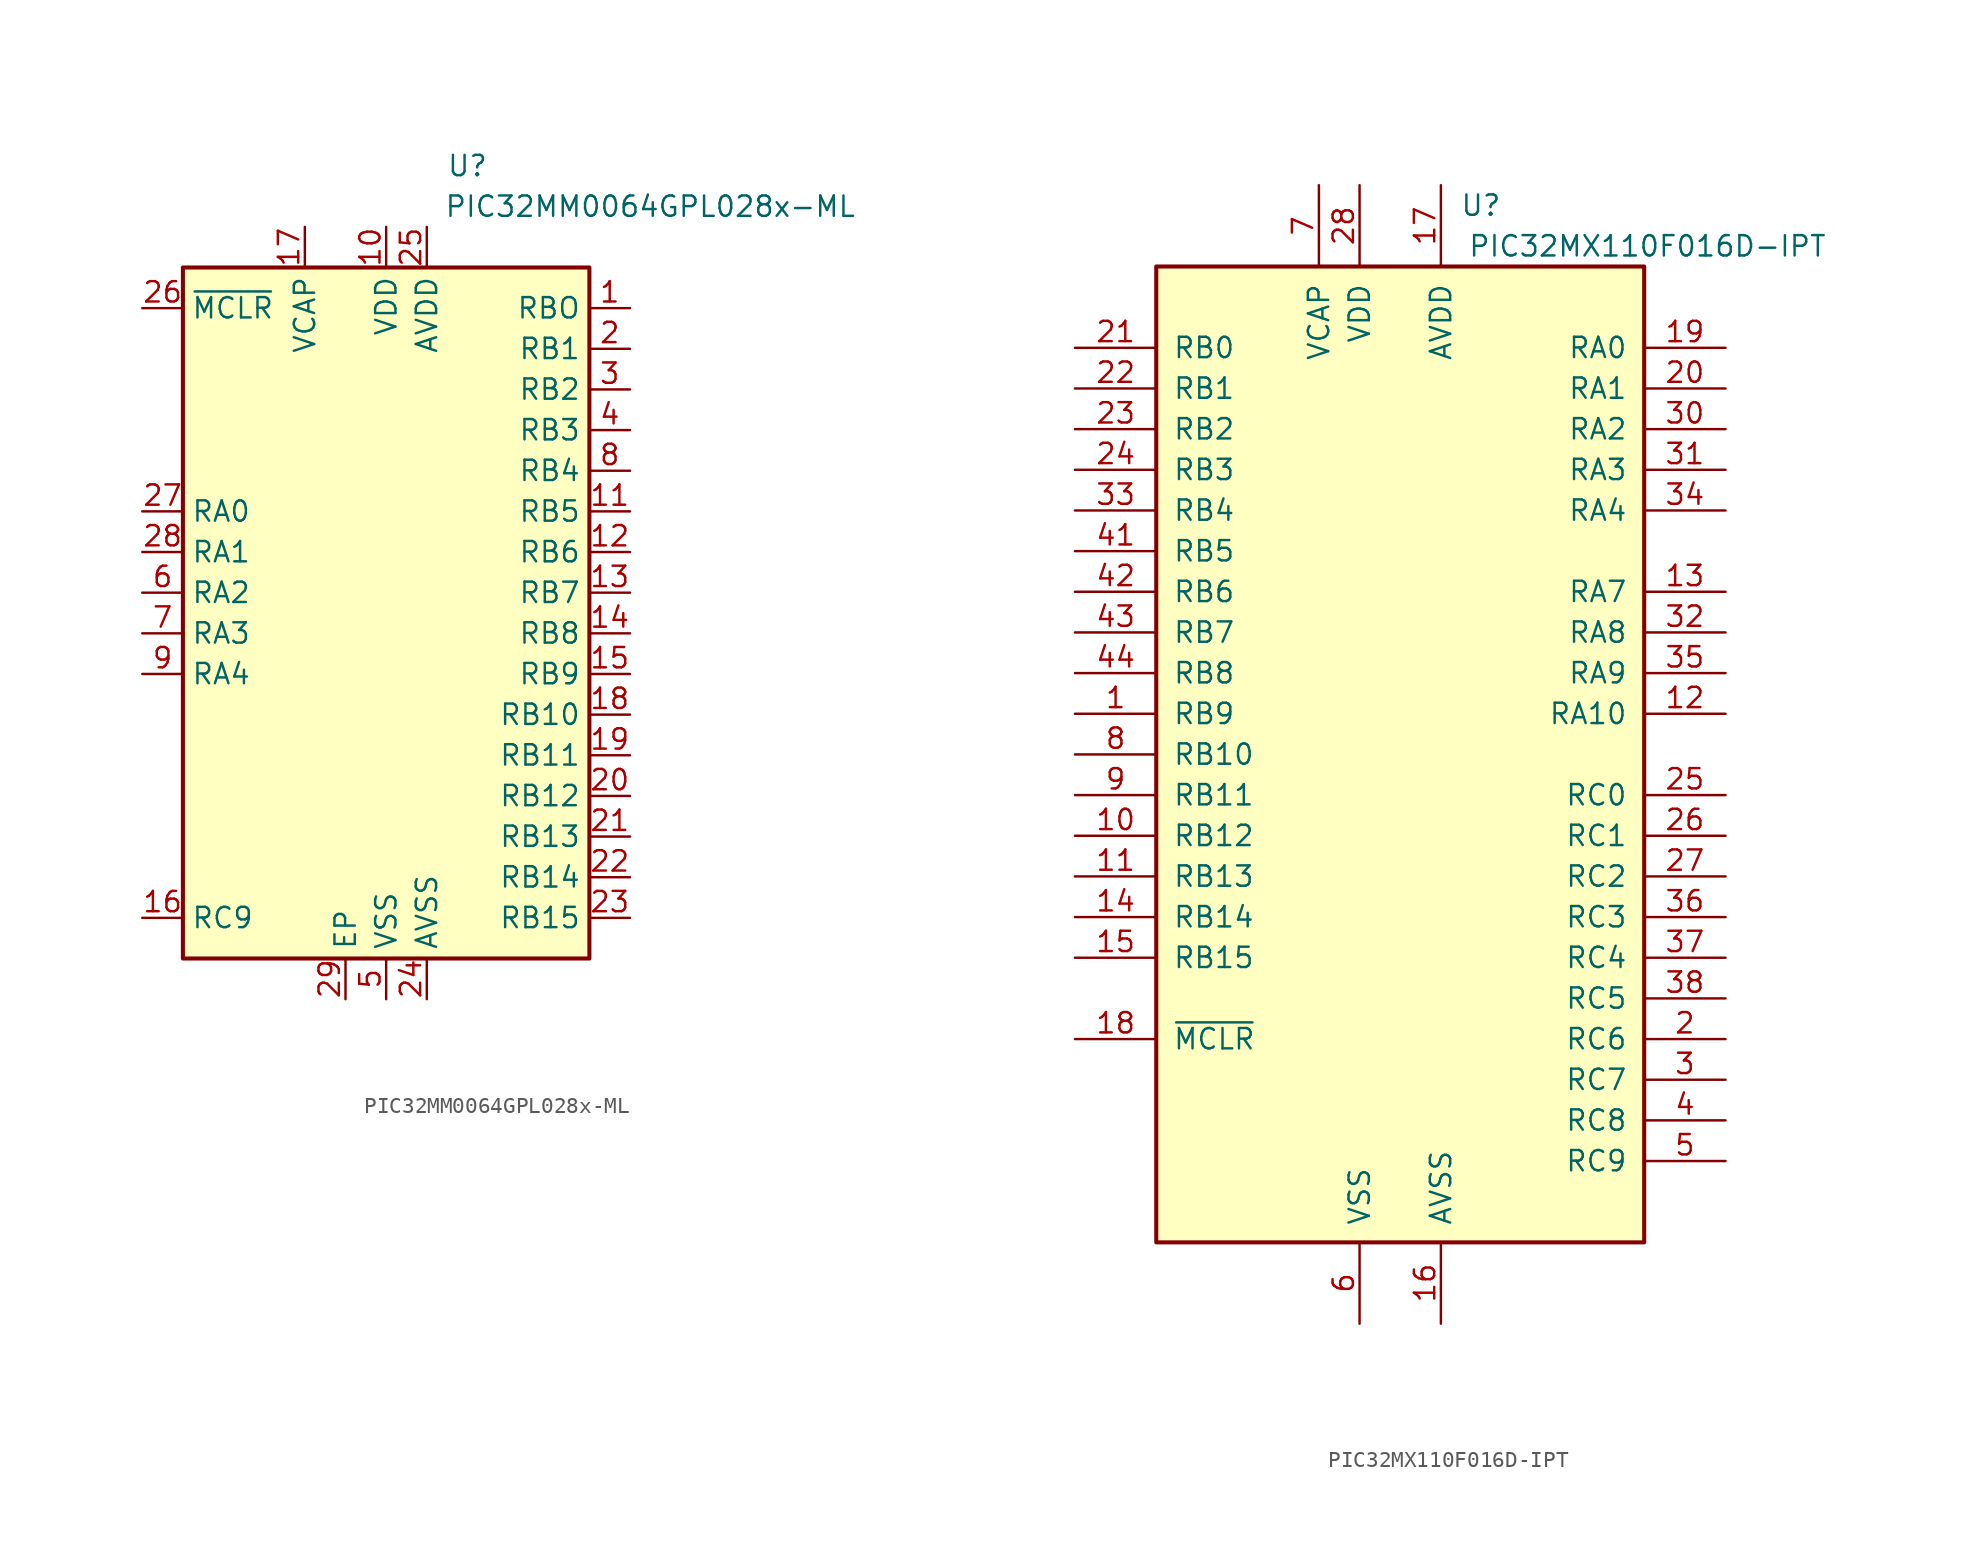
<source format=kicad_sym>
(kicad_symbol_lib
  (version 20241209)
  (generator "kicad_symbol_editor")
  (generator_version "9.0")
  (symbol "PIC32MM0064GPL028x-ML"
    (property "Reference" "U"
      (at 5.08 26.67 0)
      (effects (font (size 1.27 1.27))))
    (property "Value" "PIC32MM0064GPL028x-ML"
      (at 16.51 24.13 0)
      (effects (font (size 1.27 1.27))))
    (symbol "PIC32MM0064GPL028x-ML_0_0"
      (pin input line (at -15.24 17.78 0) (length 2.54) (name "~{MCLR}" (effects (font (size 1.27 1.27)))) (number "26" (effects (font (size 1.27 1.27)))))
      (pin bidirectional line (at -15.24 5.08 0) (length 2.54) (name "RA0" (effects (font (size 1.27 1.27)))) (number "27" (effects (font (size 1.27 1.27)))))
      (pin bidirectional line (at -15.24 2.54 0) (length 2.54) (name "RA1" (effects (font (size 1.27 1.27)))) (number "28" (effects (font (size 1.27 1.27)))))
      (pin bidirectional line (at -15.24 0 0) (length 2.54) (name "RA2" (effects (font (size 1.27 1.27)))) (number "6" (effects (font (size 1.27 1.27)))))
      (pin bidirectional line (at -15.24 -2.54 0) (length 2.54) (name "RA3" (effects (font (size 1.27 1.27)))) (number "7" (effects (font (size 1.27 1.27)))))
      (pin bidirectional line (at -15.24 -5.08 0) (length 2.54) (name "RA4" (effects (font (size 1.27 1.27)))) (number "9" (effects (font (size 1.27 1.27)))))
      (pin bidirectional line (at -15.24 -20.32 0) (length 2.54) (name "RC9" (effects (font (size 1.27 1.27)))) (number "16" (effects (font (size 1.27 1.27)))))
      (pin power_out line (at -5.08 22.86 270) (length 2.54) (name "VCAP" (effects (font (size 1.27 1.27)))) (number "17" (effects (font (size 1.27 1.27)))))
      (pin passive line (at -2.54 -25.4 90) (length 2.54) (name "EP" (effects (font (size 1.27 1.27)))) (number "29" (effects (font (size 1.27 1.27)))))
      (pin power_in line (at 0 22.86 270) (length 2.54) (name "VDD" (effects (font (size 1.27 1.27)))) (number "10" (effects (font (size 1.27 1.27)))))
      (pin power_in line (at 0 -25.4 90) (length 2.54) (name "VSS" (effects (font (size 1.27 1.27)))) (number "5" (effects (font (size 1.27 1.27)))))
      (pin power_in line (at 2.54 22.86 270) (length 2.54) (name "AVDD" (effects (font (size 1.27 1.27)))) (number "25" (effects (font (size 1.27 1.27)))))
      (pin power_in line (at 2.54 -25.4 90) (length 2.54) (name "AVSS" (effects (font (size 1.27 1.27)))) (number "24" (effects (font (size 1.27 1.27)))))
      (pin bidirectional line (at 15.24 17.78 180) (length 2.54) (name "RBO" (effects (font (size 1.27 1.27)))) (number "1" (effects (font (size 1.27 1.27)))))
      (pin bidirectional line (at 15.24 15.24 180) (length 2.54) (name "RB1" (effects (font (size 1.27 1.27)))) (number "2" (effects (font (size 1.27 1.27)))))
      (pin bidirectional line (at 15.24 12.7 180) (length 2.54) (name "RB2" (effects (font (size 1.27 1.27)))) (number "3" (effects (font (size 1.27 1.27)))))
      (pin bidirectional line (at 15.24 10.16 180) (length 2.54) (name "RB3" (effects (font (size 1.27 1.27)))) (number "4" (effects (font (size 1.27 1.27)))))
      (pin bidirectional line (at 15.24 7.62 180) (length 2.54) (name "RB4" (effects (font (size 1.27 1.27)))) (number "8" (effects (font (size 1.27 1.27)))))
      (pin bidirectional line (at 15.24 5.08 180) (length 2.54) (name "RB5" (effects (font (size 1.27 1.27)))) (number "11" (effects (font (size 1.27 1.27)))))
      (pin bidirectional line (at 15.24 2.54 180) (length 2.54) (name "RB6" (effects (font (size 1.27 1.27)))) (number "12" (effects (font (size 1.27 1.27)))))
      (pin bidirectional line (at 15.24 0 180) (length 2.54) (name "RB7" (effects (font (size 1.27 1.27)))) (number "13" (effects (font (size 1.27 1.27)))))
      (pin bidirectional line (at 15.24 -2.54 180) (length 2.54) (name "RB8" (effects (font (size 1.27 1.27)))) (number "14" (effects (font (size 1.27 1.27)))))
      (pin bidirectional line (at 15.24 -5.08 180) (length 2.54) (name "RB9" (effects (font (size 1.27 1.27)))) (number "15" (effects (font (size 1.27 1.27)))))
      (pin bidirectional line (at 15.24 -7.62 180) (length 2.54) (name "RB10" (effects (font (size 1.27 1.27)))) (number "18" (effects (font (size 1.27 1.27)))))
      (pin bidirectional line (at 15.24 -10.16 180) (length 2.54) (name "RB11" (effects (font (size 1.27 1.27)))) (number "19" (effects (font (size 1.27 1.27)))))
      (pin bidirectional line (at 15.24 -12.7 180) (length 2.54) (name "RB12" (effects (font (size 1.27 1.27)))) (number "20" (effects (font (size 1.27 1.27)))))
      (pin bidirectional line (at 15.24 -15.24 180) (length 2.54) (name "RB13" (effects (font (size 1.27 1.27)))) (number "21" (effects (font (size 1.27 1.27)))))
      (pin bidirectional line (at 15.24 -17.78 180) (length 2.54) (name "RB14" (effects (font (size 1.27 1.27)))) (number "22" (effects (font (size 1.27 1.27)))))
      (pin bidirectional line (at 15.24 -20.32 180) (length 2.54) (name "RB15" (effects (font (size 1.27 1.27)))) (number "23" (effects (font (size 1.27 1.27))))))
    (symbol "PIC32MM0064GPL028x-ML_0_1"
      (rectangle (start -12.7 20.32) (end 12.7 -22.86) (stroke (width 0.254) (type default)) (fill (type background)))))
  (symbol "PIC32MX110F016D-IPT"
    (pin_names
      (offset 1.016))
    (property "Reference" "U"
      (at 6.35 34.29 0)
      (effects (font (size 1.27 1.27)) (justify right)))
    (property "Value" "PIC32MX110F016D-IPT"
      (at 26.67 31.75 0)
      (effects (font (size 1.27 1.27)) (justify right)))
    (symbol "PIC32MX110F016D-IPT_0_1"
      (rectangle (start -15.24 30.48) (end 15.24 -30.48) (stroke (width 0.254) (type default)) (fill (type background))))
    (symbol "PIC32MX110F016D-IPT_1_1"
      (pin input line (at -20.32 25.4 0) (length 5.08) (name "RB0" (effects (font (size 1.27 1.27)))) (number "21" (effects (font (size 1.27 1.27)))))
      (pin input line (at -20.32 22.86 0) (length 5.08) (name "RB1" (effects (font (size 1.27 1.27)))) (number "22" (effects (font (size 1.27 1.27)))))
      (pin input line (at -20.32 20.32 0) (length 5.08) (name "RB2" (effects (font (size 1.27 1.27)))) (number "23" (effects (font (size 1.27 1.27)))))
      (pin input line (at -20.32 17.78 0) (length 5.08) (name "RB3" (effects (font (size 1.27 1.27)))) (number "24" (effects (font (size 1.27 1.27)))))
      (pin input line (at -20.32 15.24 0) (length 5.08) (name "RB4" (effects (font (size 1.27 1.27)))) (number "33" (effects (font (size 1.27 1.27)))))
      (pin input line (at -20.32 12.7 0) (length 5.08) (name "RB5" (effects (font (size 1.27 1.27)))) (number "41" (effects (font (size 1.27 1.27)))))
      (pin input line (at -20.32 10.16 0) (length 5.08) (name "RB6" (effects (font (size 1.27 1.27)))) (number "42" (effects (font (size 1.27 1.27)))))
      (pin input line (at -20.32 7.62 0) (length 5.08) (name "RB7" (effects (font (size 1.27 1.27)))) (number "43" (effects (font (size 1.27 1.27)))))
      (pin input line (at -20.32 5.08 0) (length 5.08) (name "RB8" (effects (font (size 1.27 1.27)))) (number "44" (effects (font (size 1.27 1.27)))))
      (pin bidirectional line (at -20.32 2.54 0) (length 5.08) (name "RB9" (effects (font (size 1.27 1.27)))) (number "1" (effects (font (size 1.27 1.27)))))
      (pin bidirectional line (at -20.32 0 0) (length 5.08) (name "RB10" (effects (font (size 1.27 1.27)))) (number "8" (effects (font (size 1.27 1.27)))))
      (pin bidirectional line (at -20.32 -2.54 0) (length 5.08) (name "RB11" (effects (font (size 1.27 1.27)))) (number "9" (effects (font (size 1.27 1.27)))))
      (pin bidirectional line (at -20.32 -5.08 0) (length 5.08) (name "RB12" (effects (font (size 1.27 1.27)))) (number "10" (effects (font (size 1.27 1.27)))))
      (pin bidirectional line (at -20.32 -7.62 0) (length 5.08) (name "RB13" (effects (font (size 1.27 1.27)))) (number "11" (effects (font (size 1.27 1.27)))))
      (pin bidirectional line (at -20.32 -10.16 0) (length 5.08) (name "RB14" (effects (font (size 1.27 1.27)))) (number "14" (effects (font (size 1.27 1.27)))))
      (pin bidirectional line (at -20.32 -12.7 0) (length 5.08) (name "RB15" (effects (font (size 1.27 1.27)))) (number "15" (effects (font (size 1.27 1.27)))))
      (pin input line (at -20.32 -17.78 0) (length 5.08) (name "~{MCLR}" (effects (font (size 1.27 1.27)))) (number "18" (effects (font (size 1.27 1.27)))))
      (pin power_in line (at -5.08 35.56 270) (length 5.08) (name "VCAP" (effects (font (size 1.27 1.27)))) (number "7" (effects (font (size 1.27 1.27)))))
      (pin power_in line (at -2.54 35.56 270) (length 5.08) (name "VDD" (effects (font (size 1.27 1.27)))) (number "28" (effects (font (size 1.27 1.27)))))
      (pin passive line (at -2.54 35.56 270) (length 5.08) (hide yes) (name "VDD" (effects (font (size 1.27 1.27)))) (number "40" (effects (font (size 1.27 1.27)))))
      (pin passive line (at -2.54 -35.56 90) (length 5.08) (hide yes) (name "VSS" (effects (font (size 1.27 1.27)))) (number "29" (effects (font (size 1.27 1.27)))))
      (pin passive line (at -2.54 -35.56 90) (length 5.08) (hide yes) (name "VSS" (effects (font (size 1.27 1.27)))) (number "39" (effects (font (size 1.27 1.27)))))
      (pin power_in line (at -2.54 -35.56 90) (length 5.08) (name "VSS" (effects (font (size 1.27 1.27)))) (number "6" (effects (font (size 1.27 1.27)))))
      (pin power_in line (at 2.54 35.56 270) (length 5.08) (name "AVDD" (effects (font (size 1.27 1.27)))) (number "17" (effects (font (size 1.27 1.27)))))
      (pin power_in line (at 2.54 -35.56 90) (length 5.08) (name "AVSS" (effects (font (size 1.27 1.27)))) (number "16" (effects (font (size 1.27 1.27)))))
      (pin input line (at 20.32 25.4 180) (length 5.08) (name "RA0" (effects (font (size 1.27 1.27)))) (number "19" (effects (font (size 1.27 1.27)))))
      (pin input line (at 20.32 22.86 180) (length 5.08) (name "RA1" (effects (font (size 1.27 1.27)))) (number "20" (effects (font (size 1.27 1.27)))))
      (pin input line (at 20.32 20.32 180) (length 5.08) (name "RA2" (effects (font (size 1.27 1.27)))) (number "30" (effects (font (size 1.27 1.27)))))
      (pin input line (at 20.32 17.78 180) (length 5.08) (name "RA3" (effects (font (size 1.27 1.27)))) (number "31" (effects (font (size 1.27 1.27)))))
      (pin input line (at 20.32 15.24 180) (length 5.08) (name "RA4" (effects (font (size 1.27 1.27)))) (number "34" (effects (font (size 1.27 1.27)))))
      (pin bidirectional line (at 20.32 10.16 180) (length 5.08) (name "RA7" (effects (font (size 1.27 1.27)))) (number "13" (effects (font (size 1.27 1.27)))))
      (pin input line (at 20.32 7.62 180) (length 5.08) (name "RA8" (effects (font (size 1.27 1.27)))) (number "32" (effects (font (size 1.27 1.27)))))
      (pin input line (at 20.32 5.08 180) (length 5.08) (name "RA9" (effects (font (size 1.27 1.27)))) (number "35" (effects (font (size 1.27 1.27)))))
      (pin bidirectional line (at 20.32 2.54 180) (length 5.08) (name "RA10" (effects (font (size 1.27 1.27)))) (number "12" (effects (font (size 1.27 1.27)))))
      (pin input line (at 20.32 -2.54 180) (length 5.08) (name "RC0" (effects (font (size 1.27 1.27)))) (number "25" (effects (font (size 1.27 1.27)))))
      (pin input line (at 20.32 -5.08 180) (length 5.08) (name "RC1" (effects (font (size 1.27 1.27)))) (number "26" (effects (font (size 1.27 1.27)))))
      (pin input line (at 20.32 -7.62 180) (length 5.08) (name "RC2" (effects (font (size 1.27 1.27)))) (number "27" (effects (font (size 1.27 1.27)))))
      (pin input line (at 20.32 -10.16 180) (length 5.08) (name "RC3" (effects (font (size 1.27 1.27)))) (number "36" (effects (font (size 1.27 1.27)))))
      (pin input line (at 20.32 -12.7 180) (length 5.08) (name "RC4" (effects (font (size 1.27 1.27)))) (number "37" (effects (font (size 1.27 1.27)))))
      (pin input line (at 20.32 -15.24 180) (length 5.08) (name "RC5" (effects (font (size 1.27 1.27)))) (number "38" (effects (font (size 1.27 1.27)))))
      (pin bidirectional line (at 20.32 -17.78 180) (length 5.08) (name "RC6" (effects (font (size 1.27 1.27)))) (number "2" (effects (font (size 1.27 1.27)))))
      (pin bidirectional line (at 20.32 -20.32 180) (length 5.08) (name "RC7" (effects (font (size 1.27 1.27)))) (number "3" (effects (font (size 1.27 1.27)))))
      (pin bidirectional line (at 20.32 -22.86 180) (length 5.08) (name "RC8" (effects (font (size 1.27 1.27)))) (number "4" (effects (font (size 1.27 1.27)))))
      (pin bidirectional line (at 20.32 -25.4 180) (length 5.08) (name "RC9" (effects (font (size 1.27 1.27)))) (number "5" (effects (font (size 1.27 1.27))))))))
</source>
